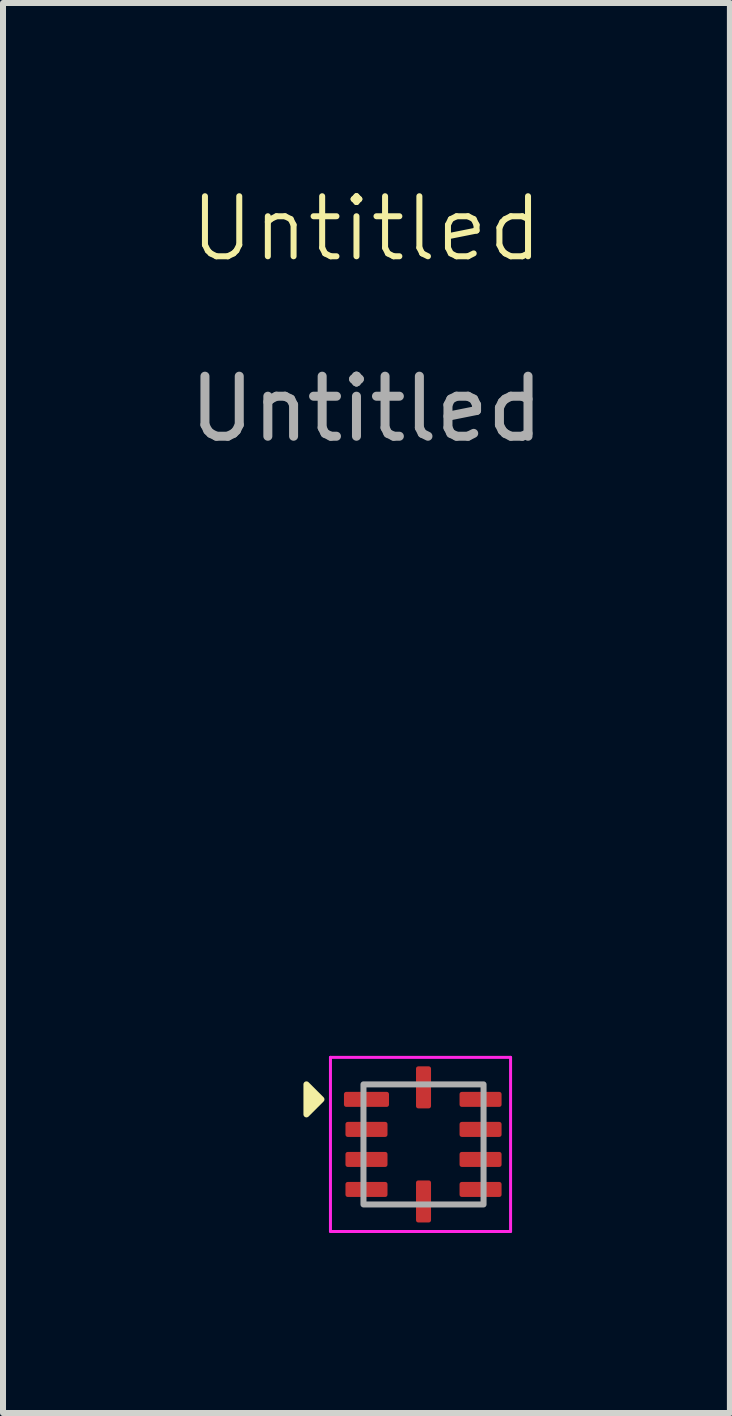
<source format=kicad_pcb>
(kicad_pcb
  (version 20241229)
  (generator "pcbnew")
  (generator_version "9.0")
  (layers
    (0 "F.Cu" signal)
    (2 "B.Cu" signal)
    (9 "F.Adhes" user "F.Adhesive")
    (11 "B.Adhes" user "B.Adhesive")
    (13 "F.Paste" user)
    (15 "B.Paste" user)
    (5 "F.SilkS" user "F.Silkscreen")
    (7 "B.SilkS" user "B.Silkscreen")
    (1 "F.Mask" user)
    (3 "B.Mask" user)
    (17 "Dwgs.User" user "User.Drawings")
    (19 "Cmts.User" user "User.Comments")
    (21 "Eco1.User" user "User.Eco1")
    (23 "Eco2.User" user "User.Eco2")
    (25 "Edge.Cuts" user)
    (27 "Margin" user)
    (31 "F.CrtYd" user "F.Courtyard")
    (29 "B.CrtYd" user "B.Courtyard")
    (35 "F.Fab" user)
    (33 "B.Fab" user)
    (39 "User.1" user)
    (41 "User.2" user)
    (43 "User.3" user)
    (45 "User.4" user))
  (footprint "Untitled"
    (layer "F.Cu")
    (at 3.054 15.261)
    (property "Reference" "Untitled" (at 0 -14.5 0) (unlocked yes) (layer "F.SilkS") (effects (font (size 1 1) (thickness 0.1))))
    (attr smd)
    (fp_poly (pts (xy -1 -0.25) (xy -0.75 0) (xy -1 0.25)) (stroke (width 0.1) (type solid)) (fill yes) (layer "F.SilkS"))
    (fp_line (start -0.6 -0.7) (end 2.4 -0.7) (stroke (width 0.05) (type default)) (layer "F.CrtYd"))
    (fp_line (start -0.6 2.2) (end -0.6 -0.7) (stroke (width 0.05) (type default)) (layer "F.CrtYd"))
    (fp_line (start 2.4 -0.7) (end 2.4 2.2) (stroke (width 0.05) (type default)) (layer "F.CrtYd"))
    (fp_line (start 2.4 2.2) (end -0.6 2.2) (stroke (width 0.05) (type default)) (layer "F.CrtYd"))
    (fp_rect (start -0.05 -0.25) (end 1.95 1.75) (stroke (width 0.1) (type solid)) (fill no) (layer "F.Fab"))
    (fp_text user "${REFERENCE}" (at 0 -11.5 0) (unlocked yes) (layer "F.Fab") (effects (font (size 1 1) (thickness 0.15))))
    (pad "1" smd roundrect (at 0 0) (size 0.75 0.25) (layers "F.Cu" "F.Mask" "F.Paste") (roundrect_rratio 0.15))
    (pad "2" smd roundrect (at 0 0.5) (size 0.7 0.25) (layers "F.Cu" "F.Mask" "F.Paste") (roundrect_rratio 0.15))
    (pad "3" smd roundrect (at 0 1) (size 0.7 0.25) (layers "F.Cu" "F.Mask" "F.Paste") (roundrect_rratio 0.15))
    (pad "4" smd roundrect (at 0 1.5) (size 0.7 0.25) (layers "F.Cu" "F.Mask" "F.Paste") (roundrect_rratio 0.15))
    (pad "5" smd roundrect (at 0.95 1.7 90) (size 0.7 0.25) (layers "F.Cu" "F.Mask" "F.Paste") (roundrect_rratio 0.15))
    (pad "6" smd roundrect (at 1.9 1.5) (size 0.7 0.25) (layers "F.Cu" "F.Mask" "F.Paste") (roundrect_rratio 0.15))
    (pad "7" smd roundrect (at 1.9 1) (size 0.7 0.25) (layers "F.Cu" "F.Mask" "F.Paste") (roundrect_rratio 0.15))
    (pad "8" smd roundrect (at 1.9 0.5) (size 0.7 0.25) (layers "F.Cu" "F.Mask" "F.Paste") (roundrect_rratio 0.15))
    (pad "9" smd roundrect (at 1.9 0) (size 0.7 0.25) (layers "F.Cu" "F.Mask" "F.Paste") (roundrect_rratio 0.15))
    (pad "10" smd roundrect (at 0.95 -0.2 90) (size 0.7 0.25) (layers "F.Cu" "F.Mask" "F.Paste") (roundrect_rratio 0.15)))
  (gr_rect
    (start -3 -3)
    (end 9.107 20.485)
    (stroke (width 0.1) (type default))
    (fill no)
    (layer "Edge.Cuts")))
</source>
